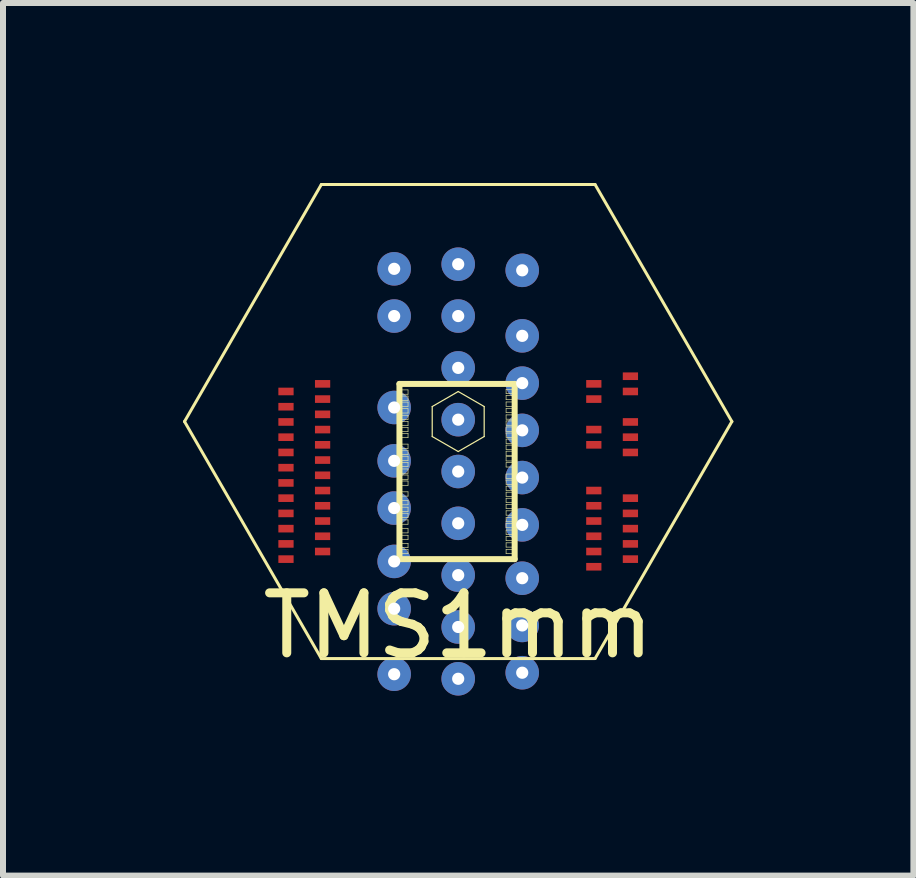
<source format=kicad_pcb>
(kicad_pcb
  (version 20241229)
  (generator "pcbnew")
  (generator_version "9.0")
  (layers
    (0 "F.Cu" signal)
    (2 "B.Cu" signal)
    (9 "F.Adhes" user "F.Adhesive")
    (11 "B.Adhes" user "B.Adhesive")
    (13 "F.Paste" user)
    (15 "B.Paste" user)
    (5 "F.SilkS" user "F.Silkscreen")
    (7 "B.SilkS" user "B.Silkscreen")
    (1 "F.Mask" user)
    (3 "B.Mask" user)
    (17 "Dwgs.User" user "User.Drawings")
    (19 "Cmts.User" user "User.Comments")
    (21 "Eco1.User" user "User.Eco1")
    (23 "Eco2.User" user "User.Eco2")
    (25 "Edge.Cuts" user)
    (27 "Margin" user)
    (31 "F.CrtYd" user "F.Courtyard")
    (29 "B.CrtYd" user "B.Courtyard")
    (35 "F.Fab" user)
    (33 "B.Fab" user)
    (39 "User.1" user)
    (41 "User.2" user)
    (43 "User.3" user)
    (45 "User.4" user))
  (footprint "TMS1mm"
    (layer "F.Cu")
    (at 4.586 3.975)
    (property "Reference" "TMS1mm" (at 0 3.4 0) (layer "F.SilkS") (effects (font (size 1 1) (thickness 0.15))))
    (attr through_hole)
    (fp_line (start -4.561 0) (end -2.281 -3.95) (stroke (width 0.05) (type solid)) (layer "F.SilkS"))
    (fp_line (start -2.281 -3.95) (end 2.281 -3.95) (stroke (width 0.05) (type solid)) (layer "F.SilkS"))
    (fp_line (start -2.281 3.95) (end -4.561 0) (stroke (width 0.05) (type solid)) (layer "F.SilkS"))
    (fp_line (start -0.979 -0.627) (end 0.941 -0.627) (stroke (width 0.1) (type solid)) (layer "F.SilkS"))
    (fp_line (start -0.979 2.293) (end -0.979 -0.627) (stroke (width 0.1) (type solid)) (layer "F.SilkS"))
    (fp_line (start -0.952 -0.527) (end -0.836 -0.527) (stroke (width 0.01) (type solid)) (layer "F.SilkS"))
    (fp_line (start -0.952 -0.455) (end -0.952 -0.527) (stroke (width 0.01) (type solid)) (layer "F.SilkS"))
    (fp_line (start -0.952 -0.425) (end -0.836 -0.425) (stroke (width 0.01) (type solid)) (layer "F.SilkS"))
    (fp_line (start -0.952 -0.353) (end -0.952 -0.425) (stroke (width 0.01) (type solid)) (layer "F.SilkS"))
    (fp_line (start -0.952 -0.324) (end -0.836 -0.324) (stroke (width 0.01) (type solid)) (layer "F.SilkS"))
    (fp_line (start -0.952 -0.252) (end -0.952 -0.324) (stroke (width 0.01) (type solid)) (layer "F.SilkS"))
    (fp_line (start -0.952 -0.214) (end -0.836 -0.214) (stroke (width 0.01) (type solid)) (layer "F.SilkS"))
    (fp_line (start -0.952 -0.142) (end -0.952 -0.214) (stroke (width 0.01) (type solid)) (layer "F.SilkS"))
    (fp_line (start -0.952 -0.105) (end -0.836 -0.105) (stroke (width 0.01) (type solid)) (layer "F.SilkS"))
    (fp_line (start -0.952 -0.033) (end -0.952 -0.105) (stroke (width 0.01) (type solid)) (layer "F.SilkS"))
    (fp_line (start -0.952 -0.004) (end -0.836 -0.004) (stroke (width 0.01) (type solid)) (layer "F.SilkS"))
    (fp_line (start -0.952 0.068) (end -0.952 -0.004) (stroke (width 0.01) (type solid)) (layer "F.SilkS"))
    (fp_line (start -0.952 0.096) (end -0.836 0.096) (stroke (width 0.01) (type solid)) (layer "F.SilkS"))
    (fp_line (start -0.952 0.168) (end -0.952 0.096) (stroke (width 0.01) (type solid)) (layer "F.SilkS"))
    (fp_line (start -0.952 0.197) (end -0.836 0.197) (stroke (width 0.01) (type solid)) (layer "F.SilkS"))
    (fp_line (start -0.952 0.269) (end -0.952 0.197) (stroke (width 0.01) (type solid)) (layer "F.SilkS"))
    (fp_line (start -0.952 0.376) (end -0.836 0.376) (stroke (width 0.01) (type solid)) (layer "F.SilkS"))
    (fp_line (start -0.952 0.448) (end -0.952 0.376) (stroke (width 0.01) (type solid)) (layer "F.SilkS"))
    (fp_line (start -0.952 0.477) (end -0.836 0.477) (stroke (width 0.01) (type solid)) (layer "F.SilkS"))
    (fp_line (start -0.952 0.549) (end -0.952 0.477) (stroke (width 0.01) (type solid)) (layer "F.SilkS"))
    (fp_line (start -0.952 0.578) (end -0.836 0.578) (stroke (width 0.01) (type solid)) (layer "F.SilkS"))
    (fp_line (start -0.952 0.65) (end -0.952 0.578) (stroke (width 0.01) (type solid)) (layer "F.SilkS"))
    (fp_line (start -0.952 0.679) (end -0.836 0.679) (stroke (width 0.01) (type solid)) (layer "F.SilkS"))
    (fp_line (start -0.952 0.751) (end -0.952 0.679) (stroke (width 0.01) (type solid)) (layer "F.SilkS"))
    (fp_line (start -0.952 0.79) (end -0.836 0.79) (stroke (width 0.01) (type solid)) (layer "F.SilkS"))
    (fp_line (start -0.952 0.862) (end -0.952 0.79) (stroke (width 0.01) (type solid)) (layer "F.SilkS"))
    (fp_line (start -0.952 0.891) (end -0.836 0.891) (stroke (width 0.01) (type solid)) (layer "F.SilkS"))
    (fp_line (start -0.952 0.963) (end -0.952 0.891) (stroke (width 0.01) (type solid)) (layer "F.SilkS"))
    (fp_line (start -0.952 0.991) (end -0.836 0.991) (stroke (width 0.01) (type solid)) (layer "F.SilkS"))
    (fp_line (start -0.952 1.063) (end -0.952 0.991) (stroke (width 0.01) (type solid)) (layer "F.SilkS"))
    (fp_line (start -0.952 1.171) (end -0.836 1.171) (stroke (width 0.01) (type solid)) (layer "F.SilkS"))
    (fp_line (start -0.952 1.243) (end -0.952 1.171) (stroke (width 0.01) (type solid)) (layer "F.SilkS"))
    (fp_line (start -0.952 1.316) (end -0.836 1.316) (stroke (width 0.01) (type solid)) (layer "F.SilkS"))
    (fp_line (start -0.952 1.388) (end -0.952 1.316) (stroke (width 0.01) (type solid)) (layer "F.SilkS"))
    (fp_line (start -0.952 1.427) (end -0.836 1.427) (stroke (width 0.01) (type solid)) (layer "F.SilkS"))
    (fp_line (start -0.952 1.499) (end -0.952 1.427) (stroke (width 0.01) (type solid)) (layer "F.SilkS"))
    (fp_line (start -0.952 1.528) (end -0.836 1.528) (stroke (width 0.01) (type solid)) (layer "F.SilkS"))
    (fp_line (start -0.952 1.6) (end -0.952 1.528) (stroke (width 0.01) (type solid)) (layer "F.SilkS"))
    (fp_line (start -0.952 1.639) (end -0.836 1.639) (stroke (width 0.01) (type solid)) (layer "F.SilkS"))
    (fp_line (start -0.952 1.711) (end -0.952 1.639) (stroke (width 0.01) (type solid)) (layer "F.SilkS"))
    (fp_line (start -0.952 1.784) (end -0.836 1.784) (stroke (width 0.01) (type solid)) (layer "F.SilkS"))
    (fp_line (start -0.952 1.856) (end -0.952 1.784) (stroke (width 0.01) (type solid)) (layer "F.SilkS"))
    (fp_line (start -0.952 1.895) (end -0.836 1.895) (stroke (width 0.01) (type solid)) (layer "F.SilkS"))
    (fp_line (start -0.952 1.967) (end -0.952 1.895) (stroke (width 0.01) (type solid)) (layer "F.SilkS"))
    (fp_line (start -0.952 2.029) (end -0.836 2.029) (stroke (width 0.01) (type solid)) (layer "F.SilkS"))
    (fp_line (start -0.952 2.101) (end -0.952 2.029) (stroke (width 0.01) (type solid)) (layer "F.SilkS"))
    (fp_line (start -0.952 2.13) (end -0.836 2.13) (stroke (width 0.01) (type solid)) (layer "F.SilkS"))
    (fp_line (start -0.952 2.202) (end -0.952 2.13) (stroke (width 0.01) (type solid)) (layer "F.SilkS"))
    (fp_line (start -0.836 -0.527) (end -0.836 -0.455) (stroke (width 0.01) (type solid)) (layer "F.SilkS"))
    (fp_line (start -0.836 -0.455) (end -0.952 -0.455) (stroke (width 0.01) (type solid)) (layer "F.SilkS"))
    (fp_line (start -0.836 -0.425) (end -0.836 -0.353) (stroke (width 0.01) (type solid)) (layer "F.SilkS"))
    (fp_line (start -0.836 -0.353) (end -0.952 -0.353) (stroke (width 0.01) (type solid)) (layer "F.SilkS"))
    (fp_line (start -0.836 -0.324) (end -0.836 -0.252) (stroke (width 0.01) (type solid)) (layer "F.SilkS"))
    (fp_line (start -0.836 -0.252) (end -0.952 -0.252) (stroke (width 0.01) (type solid)) (layer "F.SilkS"))
    (fp_line (start -0.836 -0.214) (end -0.836 -0.142) (stroke (width 0.01) (type solid)) (layer "F.SilkS"))
    (fp_line (start -0.836 -0.142) (end -0.952 -0.142) (stroke (width 0.01) (type solid)) (layer "F.SilkS"))
    (fp_line (start -0.836 -0.105) (end -0.836 -0.033) (stroke (width 0.01) (type solid)) (layer "F.SilkS"))
    (fp_line (start -0.836 -0.033) (end -0.952 -0.033) (stroke (width 0.01) (type solid)) (layer "F.SilkS"))
    (fp_line (start -0.836 -0.004) (end -0.836 0.068) (stroke (width 0.01) (type solid)) (layer "F.SilkS"))
    (fp_line (start -0.836 0.068) (end -0.952 0.068) (stroke (width 0.01) (type solid)) (layer "F.SilkS"))
    (fp_line (start -0.836 0.096) (end -0.836 0.168) (stroke (width 0.01) (type solid)) (layer "F.SilkS"))
    (fp_line (start -0.836 0.168) (end -0.952 0.168) (stroke (width 0.01) (type solid)) (layer "F.SilkS"))
    (fp_line (start -0.836 0.197) (end -0.836 0.269) (stroke (width 0.01) (type solid)) (layer "F.SilkS"))
    (fp_line (start -0.836 0.269) (end -0.952 0.269) (stroke (width 0.01) (type solid)) (layer "F.SilkS"))
    (fp_line (start -0.836 0.376) (end -0.836 0.448) (stroke (width 0.01) (type solid)) (layer "F.SilkS"))
    (fp_line (start -0.836 0.448) (end -0.952 0.448) (stroke (width 0.01) (type solid)) (layer "F.SilkS"))
    (fp_line (start -0.836 0.477) (end -0.836 0.549) (stroke (width 0.01) (type solid)) (layer "F.SilkS"))
    (fp_line (start -0.836 0.549) (end -0.952 0.549) (stroke (width 0.01) (type solid)) (layer "F.SilkS"))
    (fp_line (start -0.836 0.578) (end -0.836 0.65) (stroke (width 0.01) (type solid)) (layer "F.SilkS"))
    (fp_line (start -0.836 0.65) (end -0.952 0.65) (stroke (width 0.01) (type solid)) (layer "F.SilkS"))
    (fp_line (start -0.836 0.679) (end -0.836 0.751) (stroke (width 0.01) (type solid)) (layer "F.SilkS"))
    (fp_line (start -0.836 0.751) (end -0.952 0.751) (stroke (width 0.01) (type solid)) (layer "F.SilkS"))
    (fp_line (start -0.836 0.79) (end -0.836 0.862) (stroke (width 0.01) (type solid)) (layer "F.SilkS"))
    (fp_line (start -0.836 0.862) (end -0.952 0.862) (stroke (width 0.01) (type solid)) (layer "F.SilkS"))
    (fp_line (start -0.836 0.891) (end -0.836 0.963) (stroke (width 0.01) (type solid)) (layer "F.SilkS"))
    (fp_line (start -0.836 0.963) (end -0.952 0.963) (stroke (width 0.01) (type solid)) (layer "F.SilkS"))
    (fp_line (start -0.836 0.991) (end -0.836 1.063) (stroke (width 0.01) (type solid)) (layer "F.SilkS"))
    (fp_line (start -0.836 1.063) (end -0.952 1.063) (stroke (width 0.01) (type solid)) (layer "F.SilkS"))
    (fp_line (start -0.836 1.171) (end -0.836 1.243) (stroke (width 0.01) (type solid)) (layer "F.SilkS"))
    (fp_line (start -0.836 1.243) (end -0.952 1.243) (stroke (width 0.01) (type solid)) (layer "F.SilkS"))
    (fp_line (start -0.836 1.316) (end -0.836 1.388) (stroke (width 0.01) (type solid)) (layer "F.SilkS"))
    (fp_line (start -0.836 1.388) (end -0.952 1.388) (stroke (width 0.01) (type solid)) (layer "F.SilkS"))
    (fp_line (start -0.836 1.427) (end -0.836 1.499) (stroke (width 0.01) (type solid)) (layer "F.SilkS"))
    (fp_line (start -0.836 1.499) (end -0.952 1.499) (stroke (width 0.01) (type solid)) (layer "F.SilkS"))
    (fp_line (start -0.836 1.528) (end -0.836 1.6) (stroke (width 0.01) (type solid)) (layer "F.SilkS"))
    (fp_line (start -0.836 1.6) (end -0.952 1.6) (stroke (width 0.01) (type solid)) (layer "F.SilkS"))
    (fp_line (start -0.836 1.639) (end -0.836 1.711) (stroke (width 0.01) (type solid)) (layer "F.SilkS"))
    (fp_line (start -0.836 1.711) (end -0.952 1.711) (stroke (width 0.01) (type solid)) (layer "F.SilkS"))
    (fp_line (start -0.836 1.784) (end -0.836 1.856) (stroke (width 0.01) (type solid)) (layer "F.SilkS"))
    (fp_line (start -0.836 1.856) (end -0.952 1.856) (stroke (width 0.01) (type solid)) (layer "F.SilkS"))
    (fp_line (start -0.836 1.895) (end -0.836 1.967) (stroke (width 0.01) (type solid)) (layer "F.SilkS"))
    (fp_line (start -0.836 1.967) (end -0.952 1.967) (stroke (width 0.01) (type solid)) (layer "F.SilkS"))
    (fp_line (start -0.836 2.029) (end -0.836 2.101) (stroke (width 0.01) (type solid)) (layer "F.SilkS"))
    (fp_line (start -0.836 2.101) (end -0.952 2.101) (stroke (width 0.01) (type solid)) (layer "F.SilkS"))
    (fp_line (start -0.836 2.13) (end -0.836 2.202) (stroke (width 0.01) (type solid)) (layer "F.SilkS"))
    (fp_line (start -0.836 2.202) (end -0.952 2.202) (stroke (width 0.01) (type solid)) (layer "F.SilkS"))
    (fp_line (start -0.433 -0.25) (end 0 -0.5) (stroke (width 0.02) (type solid)) (layer "F.SilkS"))
    (fp_line (start -0.433 0.25) (end -0.433 -0.25) (stroke (width 0.02) (type solid)) (layer "F.SilkS"))
    (fp_line (start 0 -0.5) (end 0.433 -0.25) (stroke (width 0.02) (type solid)) (layer "F.SilkS"))
    (fp_line (start 0 0.5) (end -0.433 0.25) (stroke (width 0.02) (type solid)) (layer "F.SilkS"))
    (fp_line (start 0.433 -0.25) (end 0.433 0.25) (stroke (width 0.02) (type solid)) (layer "F.SilkS"))
    (fp_line (start 0.433 0.25) (end 0 0.5) (stroke (width 0.02) (type solid)) (layer "F.SilkS"))
    (fp_line (start 0.798 -0.537) (end 0.914 -0.537) (stroke (width 0.01) (type solid)) (layer "F.SilkS"))
    (fp_line (start 0.798 -0.465) (end 0.798 -0.537) (stroke (width 0.01) (type solid)) (layer "F.SilkS"))
    (fp_line (start 0.798 -0.436) (end 0.914 -0.436) (stroke (width 0.01) (type solid)) (layer "F.SilkS"))
    (fp_line (start 0.798 -0.364) (end 0.798 -0.436) (stroke (width 0.01) (type solid)) (layer "F.SilkS"))
    (fp_line (start 0.798 -0.326) (end 0.914 -0.326) (stroke (width 0.01) (type solid)) (layer "F.SilkS"))
    (fp_line (start 0.798 -0.254) (end 0.798 -0.326) (stroke (width 0.01) (type solid)) (layer "F.SilkS"))
    (fp_line (start 0.798 -0.22) (end 0.914 -0.22) (stroke (width 0.01) (type solid)) (layer "F.SilkS"))
    (fp_line (start 0.798 -0.148) (end 0.798 -0.22) (stroke (width 0.01) (type solid)) (layer "F.SilkS"))
    (fp_line (start 0.798 -0.111) (end 0.914 -0.111) (stroke (width 0.01) (type solid)) (layer "F.SilkS"))
    (fp_line (start 0.798 -0.039) (end 0.798 -0.111) (stroke (width 0.01) (type solid)) (layer "F.SilkS"))
    (fp_line (start 0.798 -0.01) (end 0.914 -0.01) (stroke (width 0.01) (type solid)) (layer "F.SilkS"))
    (fp_line (start 0.798 0.062) (end 0.798 -0.01) (stroke (width 0.01) (type solid)) (layer "F.SilkS"))
    (fp_line (start 0.798 0.091) (end 0.914 0.091) (stroke (width 0.01) (type solid)) (layer "F.SilkS"))
    (fp_line (start 0.798 0.163) (end 0.798 0.091) (stroke (width 0.01) (type solid)) (layer "F.SilkS"))
    (fp_line (start 0.798 0.192) (end 0.914 0.192) (stroke (width 0.01) (type solid)) (layer "F.SilkS"))
    (fp_line (start 0.798 0.264) (end 0.798 0.192) (stroke (width 0.01) (type solid)) (layer "F.SilkS"))
    (fp_line (start 0.798 0.293) (end 0.914 0.293) (stroke (width 0.01) (type solid)) (layer "F.SilkS"))
    (fp_line (start 0.798 0.365) (end 0.798 0.293) (stroke (width 0.01) (type solid)) (layer "F.SilkS"))
    (fp_line (start 0.798 0.393) (end 0.914 0.393) (stroke (width 0.01) (type solid)) (layer "F.SilkS"))
    (fp_line (start 0.798 0.465) (end 0.798 0.393) (stroke (width 0.01) (type solid)) (layer "F.SilkS"))
    (fp_line (start 0.798 0.494) (end 0.914 0.494) (stroke (width 0.01) (type solid)) (layer "F.SilkS"))
    (fp_line (start 0.798 0.566) (end 0.798 0.494) (stroke (width 0.01) (type solid)) (layer "F.SilkS"))
    (fp_line (start 0.798 0.585) (end 0.914 0.585) (stroke (width 0.01) (type solid)) (layer "F.SilkS"))
    (fp_line (start 0.798 0.657) (end 0.798 0.585) (stroke (width 0.01) (type solid)) (layer "F.SilkS"))
    (fp_line (start 0.798 0.686) (end 0.914 0.686) (stroke (width 0.01) (type solid)) (layer "F.SilkS"))
    (fp_line (start 0.798 0.758) (end 0.798 0.686) (stroke (width 0.01) (type solid)) (layer "F.SilkS"))
    (fp_line (start 0.798 0.875) (end 0.914 0.875) (stroke (width 0.01) (type solid)) (layer "F.SilkS"))
    (fp_line (start 0.798 0.947) (end 0.798 0.875) (stroke (width 0.01) (type solid)) (layer "F.SilkS"))
    (fp_line (start 0.798 0.976) (end 0.914 0.976) (stroke (width 0.01) (type solid)) (layer "F.SilkS"))
    (fp_line (start 0.798 1.048) (end 0.798 0.976) (stroke (width 0.01) (type solid)) (layer "F.SilkS"))
    (fp_line (start 0.798 1.077) (end 0.914 1.077) (stroke (width 0.01) (type solid)) (layer "F.SilkS"))
    (fp_line (start 0.798 1.149) (end 0.798 1.077) (stroke (width 0.01) (type solid)) (layer "F.SilkS"))
    (fp_line (start 0.798 1.177) (end 0.914 1.177) (stroke (width 0.01) (type solid)) (layer "F.SilkS"))
    (fp_line (start 0.798 1.249) (end 0.798 1.177) (stroke (width 0.01) (type solid)) (layer "F.SilkS"))
    (fp_line (start 0.798 1.278) (end 0.914 1.278) (stroke (width 0.01) (type solid)) (layer "F.SilkS"))
    (fp_line (start 0.798 1.35) (end 0.798 1.278) (stroke (width 0.01) (type solid)) (layer "F.SilkS"))
    (fp_line (start 0.798 1.379) (end 0.914 1.379) (stroke (width 0.01) (type solid)) (layer "F.SilkS"))
    (fp_line (start 0.798 1.451) (end 0.798 1.379) (stroke (width 0.01) (type solid)) (layer "F.SilkS"))
    (fp_line (start 0.798 1.488) (end 0.914 1.488) (stroke (width 0.01) (type solid)) (layer "F.SilkS"))
    (fp_line (start 0.798 1.56) (end 0.798 1.488) (stroke (width 0.01) (type solid)) (layer "F.SilkS"))
    (fp_line (start 0.798 1.598) (end 0.914 1.598) (stroke (width 0.01) (type solid)) (layer "F.SilkS"))
    (fp_line (start 0.798 1.67) (end 0.798 1.598) (stroke (width 0.01) (type solid)) (layer "F.SilkS"))
    (fp_line (start 0.798 1.698) (end 0.914 1.698) (stroke (width 0.01) (type solid)) (layer "F.SilkS"))
    (fp_line (start 0.798 1.77) (end 0.798 1.698) (stroke (width 0.01) (type solid)) (layer "F.SilkS"))
    (fp_line (start 0.798 1.808) (end 0.914 1.808) (stroke (width 0.01) (type solid)) (layer "F.SilkS"))
    (fp_line (start 0.798 1.88) (end 0.798 1.808) (stroke (width 0.01) (type solid)) (layer "F.SilkS"))
    (fp_line (start 0.798 1.914) (end 0.914 1.914) (stroke (width 0.01) (type solid)) (layer "F.SilkS"))
    (fp_line (start 0.798 1.986) (end 0.798 1.914) (stroke (width 0.01) (type solid)) (layer "F.SilkS"))
    (fp_line (start 0.798 2.021) (end 0.914 2.021) (stroke (width 0.01) (type solid)) (layer "F.SilkS"))
    (fp_line (start 0.798 2.093) (end 0.798 2.021) (stroke (width 0.01) (type solid)) (layer "F.SilkS"))
    (fp_line (start 0.798 2.13) (end 0.914 2.13) (stroke (width 0.01) (type solid)) (layer "F.SilkS"))
    (fp_line (start 0.798 2.202) (end 0.798 2.13) (stroke (width 0.01) (type solid)) (layer "F.SilkS"))
    (fp_line (start 0.914 -0.537) (end 0.914 -0.465) (stroke (width 0.01) (type solid)) (layer "F.SilkS"))
    (fp_line (start 0.914 -0.465) (end 0.798 -0.465) (stroke (width 0.01) (type solid)) (layer "F.SilkS"))
    (fp_line (start 0.914 -0.436) (end 0.914 -0.364) (stroke (width 0.01) (type solid)) (layer "F.SilkS"))
    (fp_line (start 0.914 -0.364) (end 0.798 -0.364) (stroke (width 0.01) (type solid)) (layer "F.SilkS"))
    (fp_line (start 0.914 -0.326) (end 0.914 -0.254) (stroke (width 0.01) (type solid)) (layer "F.SilkS"))
    (fp_line (start 0.914 -0.254) (end 0.798 -0.254) (stroke (width 0.01) (type solid)) (layer "F.SilkS"))
    (fp_line (start 0.914 -0.22) (end 0.914 -0.148) (stroke (width 0.01) (type solid)) (layer "F.SilkS"))
    (fp_line (start 0.914 -0.148) (end 0.798 -0.148) (stroke (width 0.01) (type solid)) (layer "F.SilkS"))
    (fp_line (start 0.914 -0.111) (end 0.914 -0.039) (stroke (width 0.01) (type solid)) (layer "F.SilkS"))
    (fp_line (start 0.914 -0.039) (end 0.798 -0.039) (stroke (width 0.01) (type solid)) (layer "F.SilkS"))
    (fp_line (start 0.914 -0.01) (end 0.914 0.062) (stroke (width 0.01) (type solid)) (layer "F.SilkS"))
    (fp_line (start 0.914 0.062) (end 0.798 0.062) (stroke (width 0.01) (type solid)) (layer "F.SilkS"))
    (fp_line (start 0.914 0.091) (end 0.914 0.163) (stroke (width 0.01) (type solid)) (layer "F.SilkS"))
    (fp_line (start 0.914 0.163) (end 0.798 0.163) (stroke (width 0.01) (type solid)) (layer "F.SilkS"))
    (fp_line (start 0.914 0.192) (end 0.914 0.264) (stroke (width 0.01) (type solid)) (layer "F.SilkS"))
    (fp_line (start 0.914 0.264) (end 0.798 0.264) (stroke (width 0.01) (type solid)) (layer "F.SilkS"))
    (fp_line (start 0.914 0.293) (end 0.914 0.365) (stroke (width 0.01) (type solid)) (layer "F.SilkS"))
    (fp_line (start 0.914 0.365) (end 0.798 0.365) (stroke (width 0.01) (type solid)) (layer "F.SilkS"))
    (fp_line (start 0.914 0.393) (end 0.914 0.465) (stroke (width 0.01) (type solid)) (layer "F.SilkS"))
    (fp_line (start 0.914 0.465) (end 0.798 0.465) (stroke (width 0.01) (type solid)) (layer "F.SilkS"))
    (fp_line (start 0.914 0.494) (end 0.914 0.566) (stroke (width 0.01) (type solid)) (layer "F.SilkS"))
    (fp_line (start 0.914 0.566) (end 0.798 0.566) (stroke (width 0.01) (type solid)) (layer "F.SilkS"))
    (fp_line (start 0.914 0.585) (end 0.914 0.657) (stroke (width 0.01) (type solid)) (layer "F.SilkS"))
    (fp_line (start 0.914 0.657) (end 0.798 0.657) (stroke (width 0.01) (type solid)) (layer "F.SilkS"))
    (fp_line (start 0.914 0.686) (end 0.914 0.758) (stroke (width 0.01) (type solid)) (layer "F.SilkS"))
    (fp_line (start 0.914 0.758) (end 0.798 0.758) (stroke (width 0.01) (type solid)) (layer "F.SilkS"))
    (fp_line (start 0.914 0.875) (end 0.914 0.947) (stroke (width 0.01) (type solid)) (layer "F.SilkS"))
    (fp_line (start 0.914 0.947) (end 0.798 0.947) (stroke (width 0.01) (type solid)) (layer "F.SilkS"))
    (fp_line (start 0.914 0.976) (end 0.914 1.048) (stroke (width 0.01) (type solid)) (layer "F.SilkS"))
    (fp_line (start 0.914 1.048) (end 0.798 1.048) (stroke (width 0.01) (type solid)) (layer "F.SilkS"))
    (fp_line (start 0.914 1.077) (end 0.914 1.149) (stroke (width 0.01) (type solid)) (layer "F.SilkS"))
    (fp_line (start 0.914 1.149) (end 0.798 1.149) (stroke (width 0.01) (type solid)) (layer "F.SilkS"))
    (fp_line (start 0.914 1.177) (end 0.914 1.249) (stroke (width 0.01) (type solid)) (layer "F.SilkS"))
    (fp_line (start 0.914 1.249) (end 0.798 1.249) (stroke (width 0.01) (type solid)) (layer "F.SilkS"))
    (fp_line (start 0.914 1.278) (end 0.914 1.35) (stroke (width 0.01) (type solid)) (layer "F.SilkS"))
    (fp_line (start 0.914 1.35) (end 0.798 1.35) (stroke (width 0.01) (type solid)) (layer "F.SilkS"))
    (fp_line (start 0.914 1.379) (end 0.914 1.451) (stroke (width 0.01) (type solid)) (layer "F.SilkS"))
    (fp_line (start 0.914 1.451) (end 0.798 1.451) (stroke (width 0.01) (type solid)) (layer "F.SilkS"))
    (fp_line (start 0.914 1.488) (end 0.914 1.56) (stroke (width 0.01) (type solid)) (layer "F.SilkS"))
    (fp_line (start 0.914 1.56) (end 0.798 1.56) (stroke (width 0.01) (type solid)) (layer "F.SilkS"))
    (fp_line (start 0.914 1.598) (end 0.914 1.67) (stroke (width 0.01) (type solid)) (layer "F.SilkS"))
    (fp_line (start 0.914 1.67) (end 0.798 1.67) (stroke (width 0.01) (type solid)) (layer "F.SilkS"))
    (fp_line (start 0.914 1.698) (end 0.914 1.77) (stroke (width 0.01) (type solid)) (layer "F.SilkS"))
    (fp_line (start 0.914 1.77) (end 0.798 1.77) (stroke (width 0.01) (type solid)) (layer "F.SilkS"))
    (fp_line (start 0.914 1.808) (end 0.914 1.88) (stroke (width 0.01) (type solid)) (layer "F.SilkS"))
    (fp_line (start 0.914 1.88) (end 0.798 1.88) (stroke (width 0.01) (type solid)) (layer "F.SilkS"))
    (fp_line (start 0.914 1.914) (end 0.914 1.986) (stroke (width 0.01) (type solid)) (layer "F.SilkS"))
    (fp_line (start 0.914 1.986) (end 0.798 1.986) (stroke (width 0.01) (type solid)) (layer "F.SilkS"))
    (fp_line (start 0.914 2.021) (end 0.914 2.093) (stroke (width 0.01) (type solid)) (layer "F.SilkS"))
    (fp_line (start 0.914 2.093) (end 0.798 2.093) (stroke (width 0.01) (type solid)) (layer "F.SilkS"))
    (fp_line (start 0.914 2.13) (end 0.914 2.202) (stroke (width 0.01) (type solid)) (layer "F.SilkS"))
    (fp_line (start 0.914 2.202) (end 0.798 2.202) (stroke (width 0.01) (type solid)) (layer "F.SilkS"))
    (fp_line (start 0.941 -0.627) (end 0.941 2.293) (stroke (width 0.1) (type solid)) (layer "F.SilkS"))
    (fp_line (start 0.941 2.293) (end -0.979 2.293) (stroke (width 0.1) (type solid)) (layer "F.SilkS"))
    (fp_line (start 2.281 -3.95) (end 4.561 0) (stroke (width 0.05) (type solid)) (layer "F.SilkS"))
    (fp_line (start 2.281 3.95) (end -2.281 3.95) (stroke (width 0.05) (type solid)) (layer "F.SilkS"))
    (fp_line (start 4.561 0) (end 2.281 3.95) (stroke (width 0.05) (type solid)) (layer "F.SilkS"))
    (pad "1" smd rect (at -2.26 -0.628 90) (size 0.127 0.254) (layers "F.Cu" "F.Mask"))
    (pad "1" thru_hole circle (at 0 -0.894) (size 0.559 0.559) (drill 0.203) (layers "*.Cu"))
    (pad "2" smd rect (at -2.87 -0.501 90) (size 0.127 0.254) (layers "F.Cu" "F.Mask"))
    (pad "2" thru_hole circle (at 0 -1.758) (size 0.559 0.559) (drill 0.203) (layers "*.Cu"))
    (pad "3" smd rect (at -2.26 -0.374 90) (size 0.127 0.254) (layers "F.Cu" "F.Mask"))
    (pad "3" thru_hole circle (at 0 -0.031) (size 0.559 0.559) (drill 0.203) (layers "*.Cu"))
    (pad "4" smd rect (at -2.87 -0.247 90) (size 0.127 0.254) (layers "F.Cu" "F.Mask"))
    (pad "4" thru_hole circle (at 0 -2.622) (size 0.559 0.559) (drill 0.203) (layers "*.Cu"))
    (pad "5" smd rect (at -2.26 -0.12 90) (size 0.127 0.254) (layers "F.Cu" "F.Mask"))
    (pad "6" smd rect (at -2.87 0.007 90) (size 0.127 0.254) (layers "F.Cu" "F.Mask"))
    (pad "7" smd rect (at -2.26 0.134 90) (size 0.127 0.254) (layers "F.Cu" "F.Mask"))
    (pad "8" smd rect (at -2.87 0.261 90) (size 0.127 0.254) (layers "F.Cu" "F.Mask"))
    (pad "9" smd rect (at -2.26 0.388 90) (size 0.127 0.254) (layers "F.Cu" "F.Mask"))
    (pad "10" smd rect (at -2.87 0.515 90) (size 0.127 0.254) (layers "F.Cu" "F.Mask"))
    (pad "11" smd rect (at -2.26 0.642 90) (size 0.127 0.254) (layers "F.Cu" "F.Mask"))
    (pad "12" smd rect (at -2.87 0.769 90) (size 0.127 0.254) (layers "F.Cu" "F.Mask"))
    (pad "13" smd rect (at -2.26 0.896 90) (size 0.127 0.254) (layers "F.Cu" "F.Mask"))
    (pad "13" thru_hole circle (at -1.067 -0.234) (size 0.559 0.559) (drill 0.203) (layers "*.Cu"))
    (pad "14" smd rect (at -2.87 1.023 90) (size 0.127 0.254) (layers "F.Cu" "F.Mask"))
    (pad "14" thru_hole circle (at -1.067 -1.758) (size 0.559 0.559) (drill 0.203) (layers "*.Cu"))
    (pad "15" smd rect (at -2.26 1.15 90) (size 0.127 0.254) (layers "F.Cu" "F.Mask"))
    (pad "15" thru_hole circle (at 0 0.833) (size 0.559 0.559) (drill 0.203) (layers "*.Cu"))
    (pad "16" smd rect (at -2.87 1.277 90) (size 0.127 0.254) (layers "F.Cu" "F.Mask"))
    (pad "16" thru_hole circle (at -1.067 -2.545) (size 0.559 0.559) (drill 0.203) (layers "*.Cu"))
    (pad "17" smd rect (at -2.26 1.404 90) (size 0.127 0.254) (layers "F.Cu" "F.Mask"))
    (pad "17" thru_hole circle (at -1.067 0.655) (size 0.559 0.559) (drill 0.203) (layers "*.Cu"))
    (pad "18" smd rect (at -2.87 1.531 90) (size 0.127 0.254) (layers "F.Cu" "F.Mask"))
    (pad "18" thru_hole circle (at -1.067 4.211) (size 0.559 0.559) (drill 0.203) (layers "*.Cu"))
    (pad "19" smd rect (at -2.26 1.658 90) (size 0.127 0.254) (layers "F.Cu" "F.Mask"))
    (pad "19" thru_hole circle (at -1.067 1.442) (size 0.559 0.559) (drill 0.203) (layers "*.Cu"))
    (pad "20" smd rect (at -2.87 1.785 90) (size 0.127 0.254) (layers "F.Cu" "F.Mask"))
    (pad "20" thru_hole circle (at 0 4.287) (size 0.559 0.559) (drill 0.203) (layers "*.Cu"))
    (pad "21" smd rect (at -2.26 1.912 90) (size 0.127 0.254) (layers "F.Cu" "F.Mask"))
    (pad "21" thru_hole circle (at 0 2.56) (size 0.559 0.559) (drill 0.203) (layers "*.Cu"))
    (pad "22" smd rect (at -2.87 2.039 90) (size 0.127 0.254) (layers "F.Cu" "F.Mask"))
    (pad "22" thru_hole circle (at -1.067 3.119) (size 0.559 0.559) (drill 0.203) (layers "*.Cu"))
    (pad "23" smd rect (at -2.26 2.166 90) (size 0.127 0.254) (layers "F.Cu" "F.Mask"))
    (pad "23" thru_hole circle (at -1.067 2.331) (size 0.559 0.559) (drill 0.203) (layers "*.Cu"))
    (pad "24" smd rect (at -2.87 2.293 90) (size 0.127 0.254) (layers "F.Cu" "F.Mask"))
    (pad "24" thru_hole circle (at 0 3.424) (size 0.559 0.559) (drill 0.203) (layers "*.Cu"))
    (pad "25" thru_hole circle (at 1.067 2.611) (size 0.559 0.559) (drill 0.203) (layers "*.Cu"))
    (pad "25" smd rect (at 2.26 2.42 90) (size 0.127 0.254) (layers "F.Cu" "F.Mask"))
    (pad "26" thru_hole circle (at 1.067 4.186) (size 0.559 0.559) (drill 0.203) (layers "*.Cu"))
    (pad "26" smd rect (at 2.87 2.293 90) (size 0.127 0.254) (layers "F.Cu" "F.Mask"))
    (pad "27" thru_hole circle (at 0 1.696) (size 0.559 0.559) (drill 0.203) (layers "*.Cu"))
    (pad "27" smd rect (at 2.26 2.166 90) (size 0.127 0.254) (layers "F.Cu" "F.Mask"))
    (pad "28" thru_hole circle (at 1.067 3.398) (size 0.559 0.559) (drill 0.203) (layers "*.Cu"))
    (pad "28" smd rect (at 2.87 2.039 90) (size 0.127 0.254) (layers "F.Cu" "F.Mask"))
    (pad "29" smd rect (at 2.26 1.912 90) (size 0.127 0.254) (layers "F.Cu" "F.Mask"))
    (pad "30" smd rect (at 2.87 1.785 90) (size 0.127 0.254) (layers "F.Cu" "F.Mask"))
    (pad "31" thru_hole circle (at 1.067 1.722) (size 0.559 0.559) (drill 0.203) (layers "*.Cu"))
    (pad "31" smd rect (at 2.26 1.658 90) (size 0.127 0.254) (layers "F.Cu" "F.Mask"))
    (pad "32" thru_hole circle (at 1.067 -1.428) (size 0.559 0.559) (drill 0.203) (layers "*.Cu"))
    (pad "32" smd rect (at 2.87 1.531 90) (size 0.127 0.254) (layers "F.Cu" "F.Mask"))
    (pad "33" thru_hole circle (at 1.067 0.934) (size 0.559 0.559) (drill 0.203) (layers "*.Cu"))
    (pad "33" smd rect (at 2.26 1.404 90) (size 0.127 0.254) (layers "F.Cu" "F.Mask"))
    (pad "34" thru_hole circle (at 1.067 -0.64) (size 0.559 0.559) (drill 0.203) (layers "*.Cu"))
    (pad "34" smd rect (at 2.87 1.277 90) (size 0.127 0.254) (layers "F.Cu" "F.Mask"))
    (pad "35" thru_hole circle (at 1.067 0.147) (size 0.559 0.559) (drill 0.203) (layers "*.Cu"))
    (pad "35" smd rect (at 2.26 1.15 90) (size 0.127 0.254) (layers "F.Cu" "F.Mask"))
    (pad "40" thru_hole circle (at 1.067 -2.52) (size 0.559 0.559) (drill 0.203) (layers "*.Cu"))
    (pad "40" smd rect (at 2.87 0.515 90) (size 0.127 0.254) (layers "F.Cu" "F.Mask"))
    (pad "41" smd rect (at 2.26 0.388 90) (size 0.127 0.254) (layers "F.Cu" "F.Mask"))
    (pad "42" smd rect (at 2.87 0.261 90) (size 0.127 0.254) (layers "F.Cu" "F.Mask"))
    (pad "43" smd rect (at 2.26 0.134 90) (size 0.127 0.254) (layers "F.Cu" "F.Mask"))
    (pad "44" smd rect (at 2.87 0.007 90) (size 0.127 0.254) (layers "F.Cu" "F.Mask"))
    (pad "47" smd rect (at 2.26 -0.374 90) (size 0.127 0.254) (layers "F.Cu" "F.Mask"))
    (pad "48" smd rect (at 2.87 -0.501 90) (size 0.127 0.254) (layers "F.Cu" "F.Mask"))
    (pad "49" smd rect (at 2.26 -0.628 90) (size 0.127 0.254) (layers "F.Cu" "F.Mask"))
    (pad "50" smd rect (at 2.87 -0.755 90) (size 0.127 0.254) (layers "F.Cu" "F.Mask")))
  (gr_rect
    (start -3 -3)
    (end 12.172 11.542)
    (stroke (width 0.1) (type default))
    (fill no)
    (layer "Edge.Cuts")))
</source>
